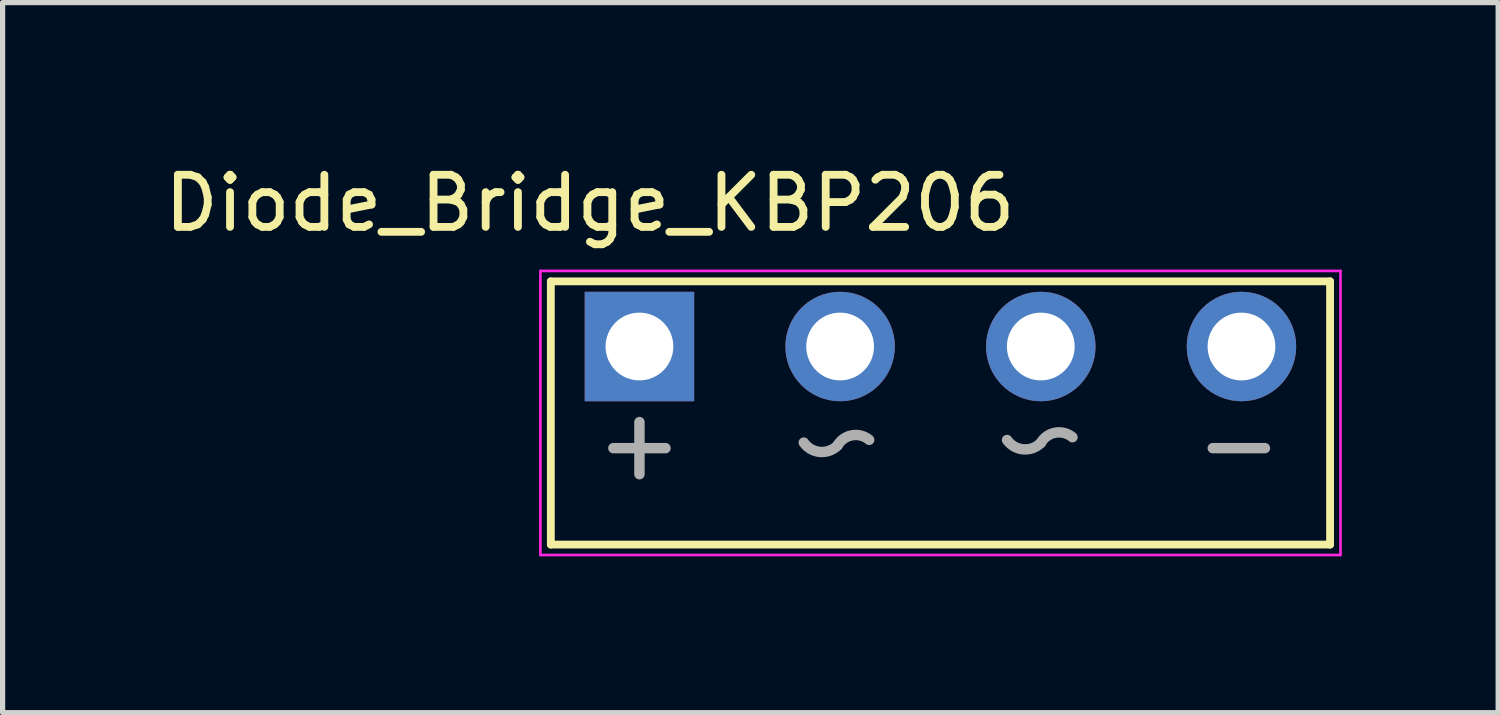
<source format=kicad_pcb>
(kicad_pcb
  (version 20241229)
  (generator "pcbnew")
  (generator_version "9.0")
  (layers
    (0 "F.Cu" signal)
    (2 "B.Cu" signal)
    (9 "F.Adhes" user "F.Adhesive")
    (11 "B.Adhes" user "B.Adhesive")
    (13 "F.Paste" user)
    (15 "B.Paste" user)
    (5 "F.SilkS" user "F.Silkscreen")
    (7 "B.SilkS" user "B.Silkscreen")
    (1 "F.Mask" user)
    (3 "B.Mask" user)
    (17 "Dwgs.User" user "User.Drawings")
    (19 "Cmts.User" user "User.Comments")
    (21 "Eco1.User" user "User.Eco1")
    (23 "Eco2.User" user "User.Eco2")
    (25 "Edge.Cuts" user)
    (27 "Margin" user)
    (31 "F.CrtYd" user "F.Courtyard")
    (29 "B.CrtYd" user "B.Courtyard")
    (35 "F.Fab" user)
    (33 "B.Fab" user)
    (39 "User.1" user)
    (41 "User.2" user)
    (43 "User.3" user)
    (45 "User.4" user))
  (footprint "Diode_Bridge_KBP206"
    (layer "F.Cu")
    (at 9.218 3.598)
    (property "Reference" "Diode_Bridge_KBP206" (at -0.95 -2.75 0) (layer "F.SilkS") (effects (font (size 1 1) (thickness 0.15))))
    (attr through_hole)
    (fp_line (start -1.7 -1.25) (end -1.7 3.8) (stroke (width 0.15) (type solid)) (layer "F.SilkS"))
    (fp_line (start -1.7 3.8) (end 13.25 3.8) (stroke (width 0.15) (type solid)) (layer "F.SilkS"))
    (fp_line (start 13.25 -1.25) (end -1.7 -1.25) (stroke (width 0.15) (type solid)) (layer "F.SilkS"))
    (fp_line (start 13.25 3.8) (end 13.25 -1.25) (stroke (width 0.15) (type solid)) (layer "F.SilkS"))
    (fp_line (start -1.9 -1.45) (end 13.45 -1.45) (stroke (width 0.05) (type solid)) (layer "F.CrtYd"))
    (fp_line (start -1.9 4) (end -1.9 -1.45) (stroke (width 0.05) (type solid)) (layer "F.CrtYd"))
    (fp_line (start 13.45 -1.45) (end 13.45 4) (stroke (width 0.05) (type solid)) (layer "F.CrtYd"))
    (fp_line (start 13.45 4) (end -1.9 4) (stroke (width 0.05) (type solid)) (layer "F.CrtYd"))
    (fp_line (start -0.5 1.95) (end 0.5 1.95) (stroke (width 0.2) (type solid)) (layer "F.Fab"))
    (fp_line (start 0 1.45) (end 0 2.45) (stroke (width 0.2) (type solid)) (layer "F.Fab"))
    (fp_line (start 11 1.95) (end 12 1.95) (stroke (width 0.2) (type solid)) (layer "F.Fab"))
    (fp_arc (start 3.8 1.9) (mid 3.463023 2.02265) (end 3.152463 1.843348) (stroke (width 0.2) (type solid)) (layer "F.Fab"))
    (fp_arc (start 3.8 1.9) (mid 4.078233 1.703327) (end 4.407738 1.790047) (stroke (width 0.2) (type solid)) (layer "F.Fab"))
    (fp_arc (start 7.7 1.85) (mid 7.363023 1.97265) (end 7.052463 1.793348) (stroke (width 0.2) (type solid)) (layer "F.Fab"))
    (fp_arc (start 7.7 1.85) (mid 7.978233 1.653327) (end 8.307738 1.740047) (stroke (width 0.2) (type solid)) (layer "F.Fab"))
    (pad "1" thru_hole circle (at 11.55 0) (size 2.1 2.1) (drill 1.3) (layers "*.Cu" "*.Mask"))
    (pad "2" thru_hole circle (at 3.85 0) (size 2.1 2.1) (drill 1.3) (layers "*.Cu" "*.Mask"))
    (pad "3" thru_hole rect (at 0 0) (size 2.1 2.1) (drill 1.3) (layers "*.Cu" "*.Mask"))
    (pad "4" thru_hole circle (at 7.7 0) (size 2.1 2.1) (drill 1.3) (layers "*.Cu" "*.Mask")))
  (gr_rect
    (start -3 -3)
    (end 25.693 10.623)
    (stroke (width 0.1) (type default))
    (fill no)
    (layer "Edge.Cuts")))
</source>
